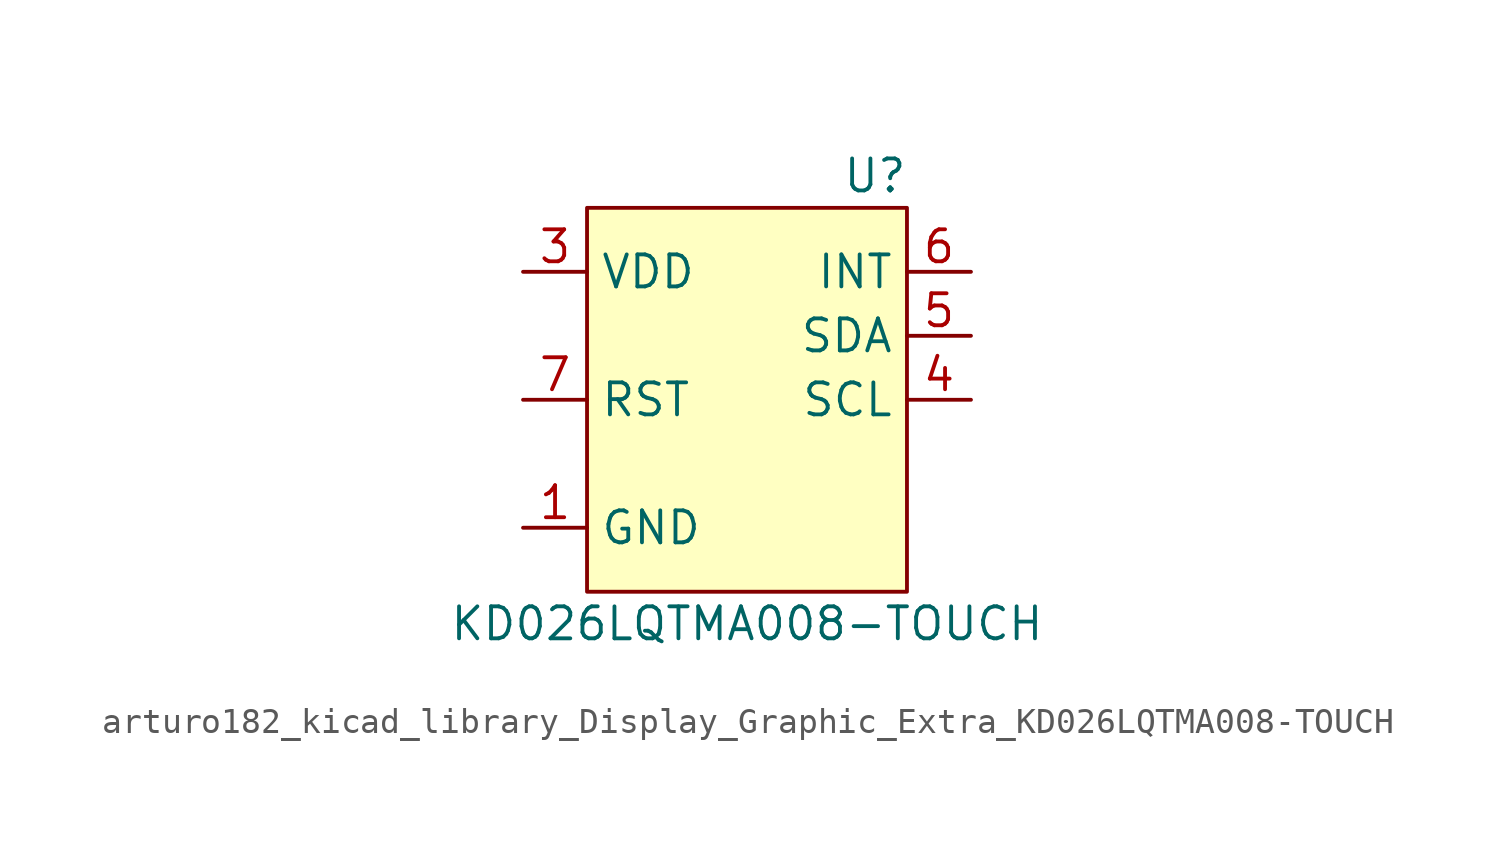
<source format=kicad_sym>
(kicad_symbol_lib
  (version 20220914)
  (generator kicad_symbol_editor)
  (symbol "arturo182_kicad_library_Display_Graphic_Extra_KD026LQTMA008-TOUCH"
    (property "Reference" "U"
      (at 5.08 8.89 0)
      (effects (font (size 1.27 1.27))))
    (property "Value" "KD026LQTMA008-TOUCH"
      (at 0 -8.89 0)
      (effects (font (size 1.27 1.27))))
    (symbol "arturo182_kicad_library_Display_Graphic_Extra_KD026LQTMA008-TOUCH_0_0"
      (pin power_in line (at -8.89 -5.08 0) (length 2.54) (name "GND" (effects (font (size 1.27 1.27)))) (number "1" (effects (font (size 1.27 1.27)))))
      (pin passive line (at -8.89 5.08 0) (length 2.54) hide (name "VDD" (effects (font (size 1.27 1.27)))) (number "2" (effects (font (size 1.27 1.27)))))
      (pin power_in line (at -8.89 5.08 0) (length 2.54) (name "VDD" (effects (font (size 1.27 1.27)))) (number "3" (effects (font (size 1.27 1.27)))))
      (pin input line (at 8.89 0 180) (length 2.54) (name "SCL" (effects (font (size 1.27 1.27)))) (number "4" (effects (font (size 1.27 1.27)))))
      (pin bidirectional line (at 8.89 2.54 180) (length 2.54) (name "SDA" (effects (font (size 1.27 1.27)))) (number "5" (effects (font (size 1.27 1.27)))))
      (pin output line (at 8.89 5.08 180) (length 2.54) (name "INT" (effects (font (size 1.27 1.27)))) (number "6" (effects (font (size 1.27 1.27)))))
      (pin input line (at -8.89 0 0) (length 2.54) (name "RST" (effects (font (size 1.27 1.27)))) (number "7" (effects (font (size 1.27 1.27)))))
      (pin passive line (at -8.89 -5.08 0) (length 2.54) hide (name "GND" (effects (font (size 1.27 1.27)))) (number "8" (effects (font (size 1.27 1.27))))))
    (symbol "arturo182_kicad_library_Display_Graphic_Extra_KD026LQTMA008-TOUCH_0_1"
      (rectangle (start -6.35 7.62) (end 6.35 -7.62) (stroke (width 0.152) (type default)) (fill (type background))))))
</source>
